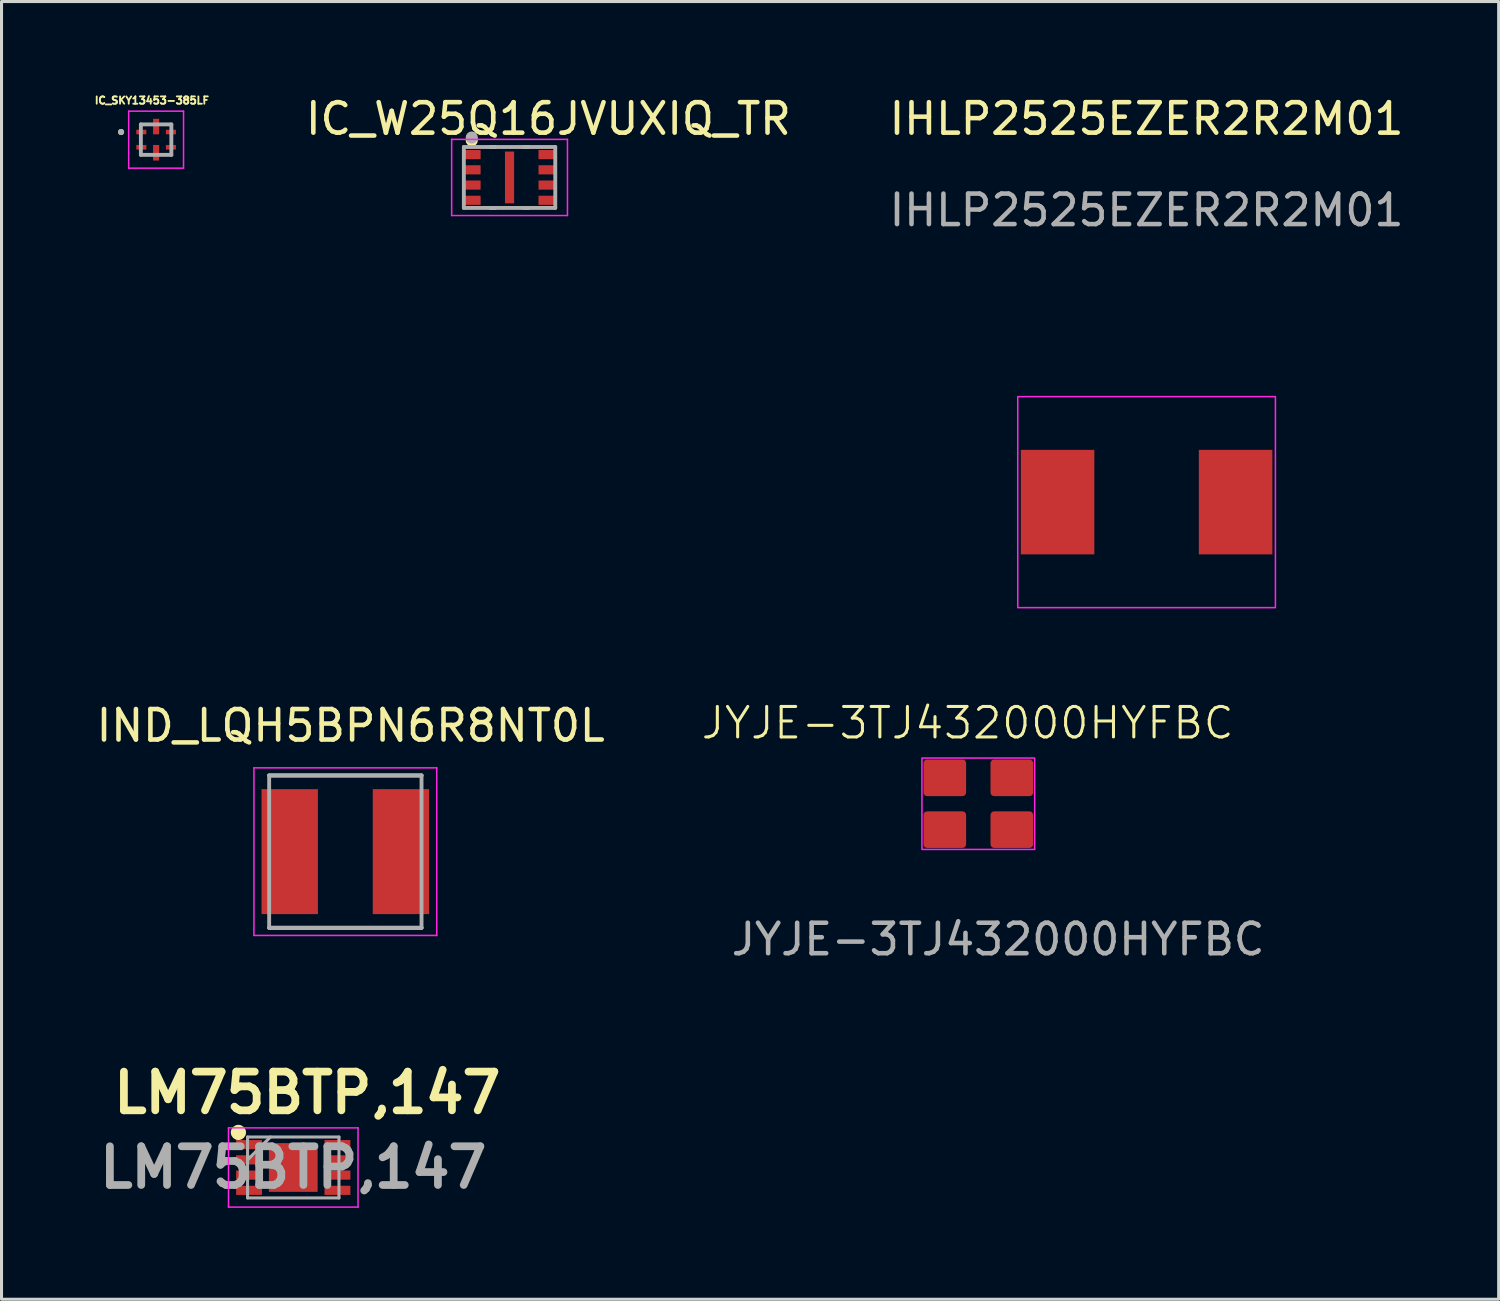
<source format=kicad_pcb>
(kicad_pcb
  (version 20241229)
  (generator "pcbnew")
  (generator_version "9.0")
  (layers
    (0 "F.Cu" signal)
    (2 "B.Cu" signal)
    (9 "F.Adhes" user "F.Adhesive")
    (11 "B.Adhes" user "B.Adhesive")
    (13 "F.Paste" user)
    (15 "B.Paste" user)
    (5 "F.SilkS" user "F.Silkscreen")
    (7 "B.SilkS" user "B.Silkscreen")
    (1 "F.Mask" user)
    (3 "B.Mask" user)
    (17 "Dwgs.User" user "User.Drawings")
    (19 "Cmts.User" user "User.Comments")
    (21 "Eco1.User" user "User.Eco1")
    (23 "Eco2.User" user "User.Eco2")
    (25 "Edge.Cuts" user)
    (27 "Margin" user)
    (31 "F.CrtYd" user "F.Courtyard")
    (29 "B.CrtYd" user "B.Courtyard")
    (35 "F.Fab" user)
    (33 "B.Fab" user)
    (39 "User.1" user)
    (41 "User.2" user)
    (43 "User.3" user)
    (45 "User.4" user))
  (footprint "IHLP2525EZER2R2M01"
    (layer "F.Cu")
    (at 34.577 13.428)
    (property "Reference" "IHLP2525EZER2R2M01" (at 0 -12.58 0) (unlocked yes) (layer "F.SilkS") (effects (font (size 1 1) (thickness 0.15))))
    (attr smd)
    (fp_rect (start -4.228 -3.462) (end 4.228 3.462) (stroke (width 0.05) (type default)) (fill no) (layer "F.CrtYd"))
    (fp_text user "${REFERENCE}" (at 0 -9.58 0) (unlocked yes) (layer "F.Fab") (effects (font (size 1 1) (thickness 0.15))))
    (pad "1" smd rect (at -2.921 0) (size 2.413 3.429) (layers "F.Cu" "F.Mask" "F.Paste"))
    (pad "2" smd rect (at 2.921 0) (size 2.413 3.429) (layers "F.Cu" "F.Mask" "F.Paste")))
  (footprint "IND_LQH5BPN6R8NT0L"
    (layer "F.Cu")
    (at 8.283 24.898)
    (property "Reference" "IND_LQH5BPN6R8NT0L" (at 0.175 -4.135 0) (layer "F.SilkS") (effects (font (size 1 1) (thickness 0.15))))
    (attr smd)
    (fp_line (start -2.5 -2.5) (end 2.5 -2.5) (stroke (width 0.127) (type solid)) (layer "F.SilkS"))
    (fp_line (start 2.5 2.5) (end -2.5 2.5) (stroke (width 0.127) (type solid)) (layer "F.SilkS"))
    (fp_line (start -3 -2.75) (end 3 -2.75) (stroke (width 0.05) (type solid)) (layer "F.CrtYd"))
    (fp_line (start -3 2.75) (end -3 -2.75) (stroke (width 0.05) (type solid)) (layer "F.CrtYd"))
    (fp_line (start 3 -2.75) (end 3 2.75) (stroke (width 0.05) (type solid)) (layer "F.CrtYd"))
    (fp_line (start 3 2.75) (end -3 2.75) (stroke (width 0.05) (type solid)) (layer "F.CrtYd"))
    (fp_line (start -2.5 -2.5) (end 2.5 -2.5) (stroke (width 0.127) (type solid)) (layer "F.Fab"))
    (fp_line (start -2.5 2.5) (end -2.5 -2.5) (stroke (width 0.127) (type solid)) (layer "F.Fab"))
    (fp_line (start 2.5 -2.5) (end 2.5 2.5) (stroke (width 0.127) (type solid)) (layer "F.Fab"))
    (fp_line (start 2.5 2.5) (end -2.5 2.5) (stroke (width 0.127) (type solid)) (layer "F.Fab"))
    (pad "1" smd rect (at -1.825 0) (size 1.85 4.1) (layers "F.Cu" "F.Mask" "F.Paste"))
    (pad "2" smd rect (at 1.825 0) (size 1.85 4.1) (layers "F.Cu" "F.Mask" "F.Paste")))
  (footprint "LM75BTP,147"
    (layer "F.Cu")
    (at 6.574 35.263)
    (property "Reference" "LM75BTP,147" (at 0.46 -2.45 0) (layer "F.SilkS") (effects (font (size 1.27 1.27) (thickness 0.254))))
    (attr smd)
    (fp_circle (center -1.8 -1.15) (end -1.8 -1.15) (stroke (width 0.25) (type solid)) (fill no) (layer "F.SilkS"))
    (fp_line (start -2.125 -1.3) (end 2.125 -1.3) (stroke (width 0.05) (type solid)) (layer "F.CrtYd"))
    (fp_line (start -2.125 1.3) (end -2.125 -1.3) (stroke (width 0.05) (type solid)) (layer "F.CrtYd"))
    (fp_line (start 2.125 -1.3) (end 2.125 1.3) (stroke (width 0.05) (type solid)) (layer "F.CrtYd"))
    (fp_line (start 2.125 1.3) (end -2.125 1.3) (stroke (width 0.05) (type solid)) (layer "F.CrtYd"))
    (fp_line (start -1.5 -1) (end 1.5 -1) (stroke (width 0.1) (type solid)) (layer "F.Fab"))
    (fp_line (start -1.5 -0.25) (end -0.75 -1) (stroke (width 0.1) (type solid)) (layer "F.Fab"))
    (fp_line (start -1.5 1) (end -1.5 -1) (stroke (width 0.1) (type solid)) (layer "F.Fab"))
    (fp_line (start 1.5 -1) (end 1.5 1) (stroke (width 0.1) (type solid)) (layer "F.Fab"))
    (fp_line (start 1.5 1) (end -1.5 1) (stroke (width 0.1) (type solid)) (layer "F.Fab"))
    (fp_text user "${REFERENCE}" (at 0 0 0) (layer "F.Fab") (effects (font (size 1.27 1.27) (thickness 0.254))))
    (pad "1" smd rect (at -1.45 -0.75 90) (size 0.3 0.85) (layers "F.Cu" "F.Mask" "F.Paste"))
    (pad "2" smd rect (at -1.45 -0.25 90) (size 0.3 0.85) (layers "F.Cu" "F.Mask" "F.Paste"))
    (pad "3" smd rect (at -1.45 0.25 90) (size 0.3 0.85) (layers "F.Cu" "F.Mask" "F.Paste"))
    (pad "4" smd rect (at -1.45 0.75 90) (size 0.3 0.85) (layers "F.Cu" "F.Mask" "F.Paste"))
    (pad "5" smd rect (at 1.45 0.75 90) (size 0.3 0.85) (layers "F.Cu" "F.Mask" "F.Paste"))
    (pad "6" smd rect (at 1.45 0.25 90) (size 0.3 0.85) (layers "F.Cu" "F.Mask" "F.Paste"))
    (pad "7" smd rect (at 1.45 -0.25 90) (size 0.3 0.85) (layers "F.Cu" "F.Mask" "F.Paste"))
    (pad "8" smd rect (at 1.45 -0.75 90) (size 0.3 0.85) (layers "F.Cu" "F.Mask" "F.Paste"))
    (pad "9" smd rect (at 0 0) (size 1.6 1.6) (layers "F.Cu" "F.Mask" "F.Paste")))
  (footprint "IC_W25Q16JVUXIQ_TR"
    (layer "F.Cu")
    (at 13.672 2.773)
    (property "Reference" "IC_W25Q16JVUXIQ_TR" (at 1.275 -1.925 0) (layer "F.SilkS") (effects (font (size 1 1) (thickness 0.15))))
    (attr smd)
    (fp_line (start -0.63 -1) (end -0.47 -1) (stroke (width 0.127) (type solid)) (layer "F.SilkS"))
    (fp_line (start -0.63 1) (end -0.47 1) (stroke (width 0.127) (type solid)) (layer "F.SilkS"))
    (fp_line (start 0.63 -1) (end 0.47 -1) (stroke (width 0.127) (type solid)) (layer "F.SilkS"))
    (fp_line (start 0.63 1) (end 0.47 1) (stroke (width 0.127) (type solid)) (layer "F.SilkS"))
    (fp_circle (center -1.24 -1.22) (end -1.24 -1.22) (stroke (width 0.2) (type solid)) (fill no) (layer "F.SilkS"))
    (fp_poly (pts (xy -1.65 -0.85) (xy -1.1 -0.85) (xy -1.1 -0.65) (xy -1.65 -0.65)) (stroke (width 0.01) (type solid)) (fill yes) (layer "F.Paste"))
    (fp_poly (pts (xy -1.65 -0.35) (xy -1.1 -0.35) (xy -1.1 -0.15) (xy -1.65 -0.15)) (stroke (width 0.01) (type solid)) (fill yes) (layer "F.Paste"))
    (fp_poly (pts (xy -1.65 0.15) (xy -1.1 0.15) (xy -1.1 0.35) (xy -1.65 0.35)) (stroke (width 0.01) (type solid)) (fill yes) (layer "F.Paste"))
    (fp_poly (pts (xy -1.65 0.65) (xy -1.1 0.65) (xy -1.1 0.85) (xy -1.65 0.85)) (stroke (width 0.01) (type solid)) (fill yes) (layer "F.Paste"))
    (fp_poly (pts (xy -0.1 -0.6) (xy 0.1 -0.6) (xy 0.1 -0.1) (xy -0.1 -0.1)) (stroke (width 0.01) (type solid)) (fill yes) (layer "F.Paste"))
    (fp_poly (pts (xy -0.1 0.1) (xy 0.1 0.1) (xy 0.1 0.6) (xy -0.1 0.6)) (stroke (width 0.01) (type solid)) (fill yes) (layer "F.Paste"))
    (fp_poly (pts (xy 1.1 -0.85) (xy 1.65 -0.85) (xy 1.65 -0.65) (xy 1.1 -0.65)) (stroke (width 0.01) (type solid)) (fill yes) (layer "F.Paste"))
    (fp_poly (pts (xy 1.1 -0.35) (xy 1.65 -0.35) (xy 1.65 -0.15) (xy 1.1 -0.15)) (stroke (width 0.01) (type solid)) (fill yes) (layer "F.Paste"))
    (fp_poly (pts (xy 1.1 0.15) (xy 1.65 0.15) (xy 1.65 0.35) (xy 1.1 0.35)) (stroke (width 0.01) (type solid)) (fill yes) (layer "F.Paste"))
    (fp_poly (pts (xy 1.1 0.65) (xy 1.65 0.65) (xy 1.65 0.85) (xy 1.1 0.85)) (stroke (width 0.01) (type solid)) (fill yes) (layer "F.Paste"))
    (fp_line (start -1.9 -1.25) (end -1.9 1.25) (stroke (width 0.05) (type solid)) (layer "F.CrtYd"))
    (fp_line (start -1.9 1.25) (end 1.9 1.25) (stroke (width 0.05) (type solid)) (layer "F.CrtYd"))
    (fp_line (start 1.9 -1.25) (end -1.9 -1.25) (stroke (width 0.05) (type solid)) (layer "F.CrtYd"))
    (fp_line (start 1.9 1.25) (end 1.9 -1.25) (stroke (width 0.05) (type solid)) (layer "F.CrtYd"))
    (fp_line (start -1.5 -1) (end 1.5 -1) (stroke (width 0.127) (type solid)) (layer "F.Fab"))
    (fp_line (start -1.5 1) (end -1.5 -1) (stroke (width 0.127) (type solid)) (layer "F.Fab"))
    (fp_line (start 1.5 -1) (end 1.5 1) (stroke (width 0.127) (type solid)) (layer "F.Fab"))
    (fp_line (start 1.5 1) (end -1.5 1) (stroke (width 0.127) (type solid)) (layer "F.Fab"))
    (fp_circle (center -1.24 -1.31) (end -1.14 -1.31) (stroke (width 0.2) (type solid)) (fill no) (layer "F.Fab"))
    (pad "1" smd rect (at -1.25 -0.75) (size 0.6 0.3) (layers "F.Cu" "F.Mask"))
    (pad "2" smd rect (at -1.25 -0.25) (size 0.6 0.3) (layers "F.Cu" "F.Mask"))
    (pad "3" smd rect (at -1.25 0.25) (size 0.6 0.3) (layers "F.Cu" "F.Mask"))
    (pad "4" smd rect (at -1.25 0.75) (size 0.6 0.3) (layers "F.Cu" "F.Mask"))
    (pad "5" smd rect (at 1.25 0.75) (size 0.6 0.3) (layers "F.Cu" "F.Mask"))
    (pad "6" smd rect (at 1.25 0.25) (size 0.6 0.3) (layers "F.Cu" "F.Mask"))
    (pad "7" smd rect (at 1.25 -0.25) (size 0.6 0.3) (layers "F.Cu" "F.Mask"))
    (pad "8" smd rect (at 1.25 -0.75) (size 0.6 0.3) (layers "F.Cu" "F.Mask"))
    (pad "9" smd rect (at 0 0) (size 0.3 1.7) (layers "F.Cu" "F.Mask")))
  (footprint "IC_SKY13453-385LF"
    (layer "F.Cu")
    (at 2.073 1.533)
    (property "Reference" "IC_SKY13453-385LF" (at -0.138 -1.287 0) (layer "F.SilkS") (effects (font (size 0.24 0.24) (thickness 0.15))))
    (attr smd)
    (fp_circle (center -1.15 -0.25) (end -1.1 -0.25) (stroke (width 0.1) (type solid)) (fill no) (layer "F.SilkS"))
    (fp_line (start -0.9 -0.935) (end -0.9 0.935) (stroke (width 0.05) (type solid)) (layer "F.CrtYd"))
    (fp_line (start -0.9 0.935) (end 0.9 0.935) (stroke (width 0.05) (type solid)) (layer "F.CrtYd"))
    (fp_line (start 0.9 -0.935) (end -0.9 -0.935) (stroke (width 0.05) (type solid)) (layer "F.CrtYd"))
    (fp_line (start 0.9 0.935) (end 0.9 -0.935) (stroke (width 0.05) (type solid)) (layer "F.CrtYd"))
    (fp_line (start -0.5 -0.5) (end 0.5 -0.5) (stroke (width 0.127) (type solid)) (layer "F.Fab"))
    (fp_line (start -0.5 0.5) (end -0.5 -0.5) (stroke (width 0.127) (type solid)) (layer "F.Fab"))
    (fp_line (start 0.5 -0.5) (end 0.5 0.5) (stroke (width 0.127) (type solid)) (layer "F.Fab"))
    (fp_line (start 0.5 0.5) (end -0.5 0.5) (stroke (width 0.127) (type solid)) (layer "F.Fab"))
    (fp_circle (center -1.15 -0.25) (end -1.1 -0.25) (stroke (width 0.1) (type solid)) (fill no) (layer "F.Fab"))
    (pad "1" smd rect (at -0.485 -0.25) (size 0.33 0.15) (layers "F.Cu" "F.Mask" "F.Paste"))
    (pad "2" smd rect (at -0.485 0.25) (size 0.33 0.15) (layers "F.Cu" "F.Mask" "F.Paste"))
    (pad "3" smd rect (at 0 0.43) (size 0.2 0.51) (layers "F.Cu" "F.Mask" "F.Paste"))
    (pad "4" smd rect (at 0.485 0.25) (size 0.33 0.15) (layers "F.Cu" "F.Mask" "F.Paste"))
    (pad "5" smd rect (at 0.485 -0.25) (size 0.33 0.15) (layers "F.Cu" "F.Mask" "F.Paste"))
    (pad "6" smd rect (at 0 -0.43) (size 0.2 0.51) (layers "F.Cu" "F.Mask" "F.Paste")))
  (footprint "JYJE-3TJ432000HYFBC"
    (layer "F.Cu")
    (at 30.805 23.376)
    (property "Reference" "JYJE-3TJ432000HYFBC" (at -2.1 -2.7 0) (unlocked yes) (layer "F.SilkS") (effects (font (size 1 1) (thickness 0.1))))
    (attr smd)
    (fp_rect (start -3.6 -1.55) (end 0.1 1.45) (stroke (width 0.05) (type default)) (fill no) (layer "F.CrtYd"))
    (fp_text user "${REFERENCE}" (at -1.1 4.4 0) (unlocked yes) (layer "F.Fab") (effects (font (size 1 1) (thickness 0.15))))
    (pad "1" smd roundrect (at -2.85 0.8) (size 1.4 1.2) (layers "F.Cu" "F.Mask" "F.Paste") (roundrect_rratio 0.1))
    (pad "2" smd roundrect (at -0.65 0.8) (size 1.4 1.2) (layers "F.Cu" "F.Mask" "F.Paste") (roundrect_rratio 0.1))
    (pad "3" smd roundrect (at -0.65 -0.9) (size 1.4 1.2) (layers "F.Cu" "F.Mask" "F.Paste") (roundrect_rratio 0.1))
    (pad "4" smd roundrect (at -2.85 -0.9) (size 1.4 1.2) (layers "F.Cu" "F.Mask" "F.Paste") (roundrect_rratio 0.1))
    (zone (net_name "") (layers "F.Cu" "F.CrtYd") (hatch edge 0.5) (connect_pads) (min_thickness 0.25) (filled_areas_thickness no) (keepout (tracks not_allowed) (vias not_allowed) (pads not_allowed) (copperpour allowed) (footprints allowed)) (placement (enabled no)) (fill) (polygon (pts (xy 28.655 21.876) (xy 28.655 23.076) (xy 27.255 23.076) (xy 27.255 23.576) (xy 28.655 23.576) (xy 28.655 24.776) (xy 29.455 24.776) (xy 29.455 23.576) (xy 30.855 23.576) (xy 30.855 23.076) (xy 29.455 23.076) (xy 29.455 21.876)))))
  (gr_rect
    (start -3 -3)
    (end 46.131 39.588)
    (stroke (width 0.1) (type default))
    (fill no)
    (layer "Edge.Cuts")))
</source>
